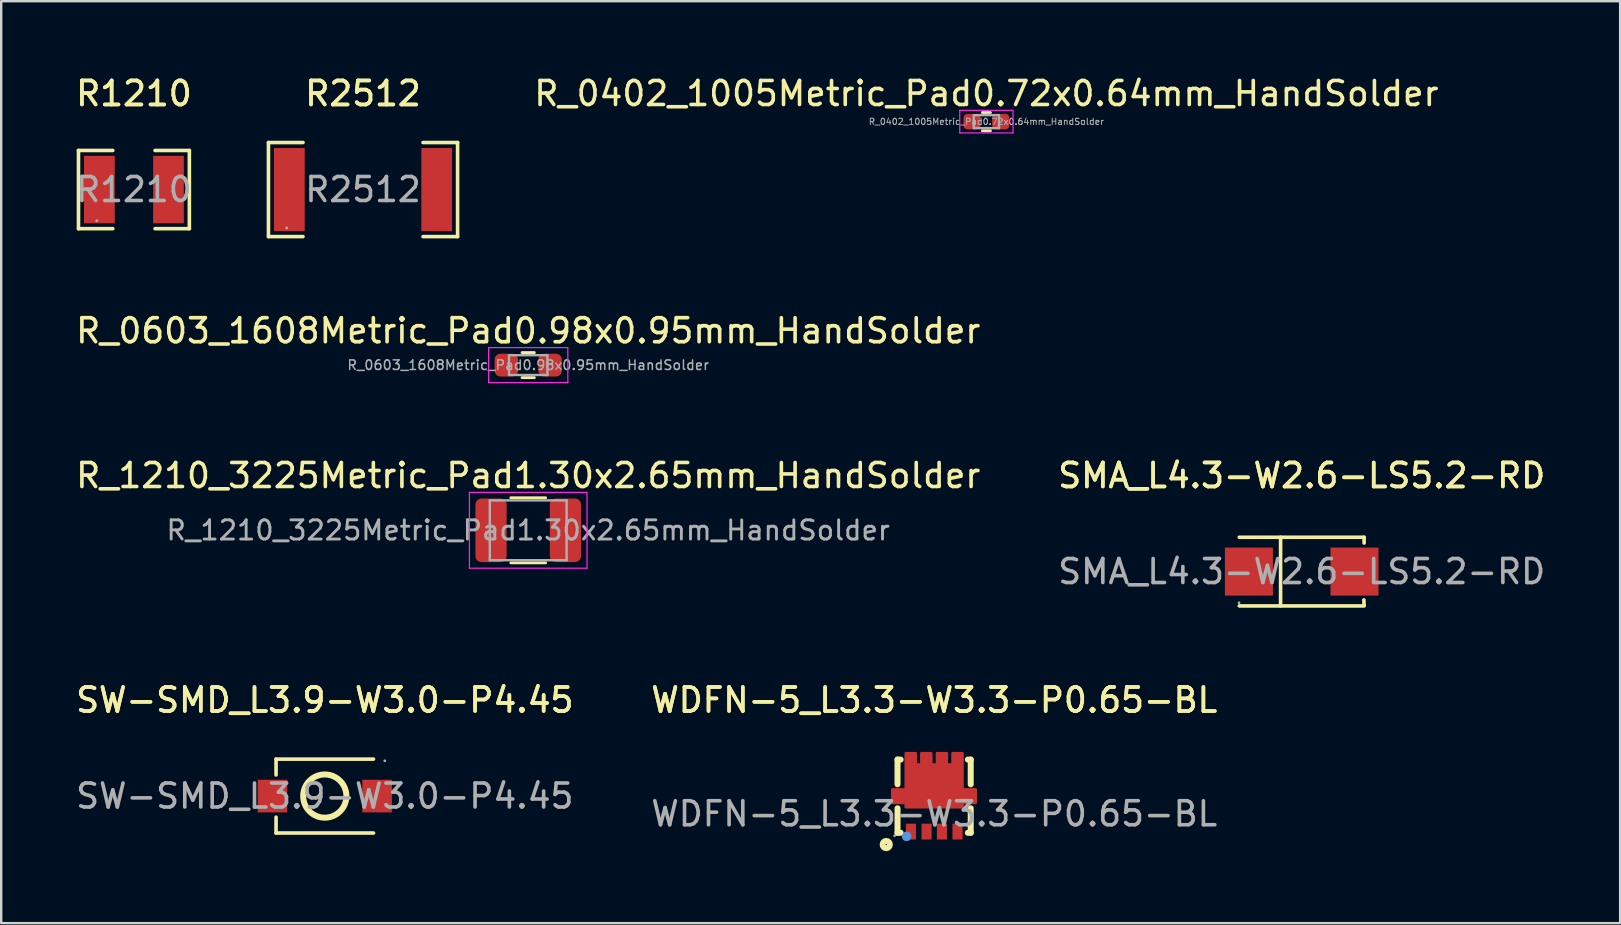
<source format=kicad_pcb>
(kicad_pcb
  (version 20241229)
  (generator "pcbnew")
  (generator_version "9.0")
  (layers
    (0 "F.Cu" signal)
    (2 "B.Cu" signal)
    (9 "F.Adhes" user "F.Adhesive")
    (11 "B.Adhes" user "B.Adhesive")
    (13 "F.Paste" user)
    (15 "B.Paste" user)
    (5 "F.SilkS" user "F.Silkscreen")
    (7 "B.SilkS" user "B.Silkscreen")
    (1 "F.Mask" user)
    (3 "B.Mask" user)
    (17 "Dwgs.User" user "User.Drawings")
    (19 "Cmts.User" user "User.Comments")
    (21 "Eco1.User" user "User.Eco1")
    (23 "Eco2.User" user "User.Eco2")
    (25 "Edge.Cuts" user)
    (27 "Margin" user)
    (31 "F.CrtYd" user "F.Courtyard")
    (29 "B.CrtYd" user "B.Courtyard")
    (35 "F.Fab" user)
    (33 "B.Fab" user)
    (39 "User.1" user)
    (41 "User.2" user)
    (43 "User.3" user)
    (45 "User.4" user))
  (footprint "R_1210_3225Metric_Pad1.30x2.65mm_HandSolder"
    (layer "F.Cu")
    (at 18.958 19.045)
    (property "Reference" "R_1210_3225Metric_Pad1.30x2.65mm_HandSolder" (at 0 -2.28 0) (layer "F.SilkS") (effects (font (size 1 1) (thickness 0.15))))
    (attr smd)
    (fp_line (start -0.724 -1.355) (end 0.724 -1.355) (stroke (width 0.12) (type solid)) (layer "F.SilkS"))
    (fp_line (start -0.724 1.355) (end 0.724 1.355) (stroke (width 0.12) (type solid)) (layer "F.SilkS"))
    (fp_line (start -2.45 -1.58) (end 2.45 -1.58) (stroke (width 0.05) (type solid)) (layer "F.CrtYd"))
    (fp_line (start -2.45 1.58) (end -2.45 -1.58) (stroke (width 0.05) (type solid)) (layer "F.CrtYd"))
    (fp_line (start 2.45 -1.58) (end 2.45 1.58) (stroke (width 0.05) (type solid)) (layer "F.CrtYd"))
    (fp_line (start 2.45 1.58) (end -2.45 1.58) (stroke (width 0.05) (type solid)) (layer "F.CrtYd"))
    (fp_line (start -1.6 -1.245) (end 1.6 -1.245) (stroke (width 0.1) (type solid)) (layer "F.Fab"))
    (fp_line (start -1.6 1.245) (end -1.6 -1.245) (stroke (width 0.1) (type solid)) (layer "F.Fab"))
    (fp_line (start 1.6 -1.245) (end 1.6 1.245) (stroke (width 0.1) (type solid)) (layer "F.Fab"))
    (fp_line (start 1.6 1.245) (end -1.6 1.245) (stroke (width 0.1) (type solid)) (layer "F.Fab"))
    (fp_text user "${REFERENCE}" (at 0 0 0) (layer "F.Fab") (effects (font (size 0.8 0.8) (thickness 0.12))))
    (pad "1" smd roundrect (at -1.55 0) (size 1.3 2.65) (layers "F.Cu" "F.Mask" "F.Paste") (roundrect_rratio 0.192))
    (pad "2" smd roundrect (at 1.55 0) (size 1.3 2.65) (layers "F.Cu" "F.Mask" "F.Paste") (roundrect_rratio 0.192)))
  (footprint "R2512"
    (layer "F.Cu")
    (at 12.075 4.848)
    (property "Reference" "R2512" (at 0 -4 180) (layer "F.SilkS") (effects (font (size 1 1) (thickness 0.15))))
    (attr smd)
    (fp_line (start -3.94 -1.96) (end -2.5 -1.96) (stroke (width 0.15) (type solid)) (layer "F.SilkS"))
    (fp_line (start -3.94 1.96) (end -3.94 -1.96) (stroke (width 0.15) (type solid)) (layer "F.SilkS"))
    (fp_line (start -2.5 1.96) (end -3.94 1.96) (stroke (width 0.15) (type solid)) (layer "F.SilkS"))
    (fp_line (start 2.5 1.96) (end 3.94 1.96) (stroke (width 0.15) (type solid)) (layer "F.SilkS"))
    (fp_line (start 3.94 -1.96) (end 2.5 -1.96) (stroke (width 0.15) (type solid)) (layer "F.SilkS"))
    (fp_line (start 3.94 1.96) (end 3.94 -1.96) (stroke (width 0.15) (type solid)) (layer "F.SilkS"))
    (fp_circle (center -3.18 1.6) (end -3.15 1.6) (stroke (width 0.06) (type solid)) (fill no) (layer "F.Fab"))
    (fp_text user "${REFERENCE}" (at 0 -4 180) (layer "F.SilkS") (effects (font (size 1 1) (thickness 0.15))))
    (fp_text user "${REFERENCE}" (at 0 0 180) (layer "F.Fab") (effects (font (size 1 1) (thickness 0.15))))
    (pad "1" smd rect (at -3.07 0) (size 1.28 3.46) (layers "F.Cu" "F.Mask" "F.Paste"))
    (pad "2" smd rect (at 3.07 0) (size 1.28 3.46) (layers "F.Cu" "F.Mask" "F.Paste")))
  (footprint "WDFN-5_L3.3-W3.3-P0.65-BL"
    (layer "F.Cu")
    (at 35.875 30.858)
    (property "Reference" "WDFN-5_L3.3-W3.3-P0.65-BL" (at 0 -4.74 180) (layer "F.SilkS") (effects (font (size 1 1) (thickness 0.15))))
    (attr smd)
    (fp_line (start -1.53 -2.26) (end -1.4 -2.26) (stroke (width 0.25) (type solid)) (layer "F.SilkS"))
    (fp_line (start -1.53 -1.23) (end -1.53 -2.26) (stroke (width 0.25) (type solid)) (layer "F.SilkS"))
    (fp_line (start -1.53 -0.23) (end -1.53 0.79) (stroke (width 0.25) (type solid)) (layer "F.SilkS"))
    (fp_line (start -1.53 0.79) (end -1.4 0.79) (stroke (width 0.25) (type solid)) (layer "F.SilkS"))
    (fp_line (start 1.52 -2.26) (end 1.4 -2.26) (stroke (width 0.25) (type solid)) (layer "F.SilkS"))
    (fp_line (start 1.52 -1.23) (end 1.52 -2.26) (stroke (width 0.25) (type solid)) (layer "F.SilkS"))
    (fp_line (start 1.52 -0.23) (end 1.52 0.79) (stroke (width 0.25) (type solid)) (layer "F.SilkS"))
    (fp_line (start 1.52 0.79) (end 1.4 0.79) (stroke (width 0.25) (type solid)) (layer "F.SilkS"))
    (fp_circle (center -2 1.28) (end -1.85 1.28) (stroke (width 0.25) (type solid)) (fill no) (layer "F.SilkS"))
    (fp_circle (center -1.15 0.94) (end -1.05 0.94) (stroke (width 0.2) (type solid)) (fill no) (layer "Cmts.User"))
    (fp_circle (center -1.65 0.91) (end -1.62 0.91) (stroke (width 0.06) (type solid)) (fill no) (layer "F.Fab"))
    (fp_text user "${REFERENCE}" (at 0 -4.74 180) (layer "F.SilkS") (effects (font (size 1 1) (thickness 0.15))))
    (fp_text user "${REFERENCE}" (at 0 0 180) (layer "F.Fab") (effects (font (size 1 1) (thickness 0.15))))
    (pad "1" smd rect (at -0.97 0.74 270) (size 0.66 0.42) (layers "F.Cu" "F.Mask" "F.Paste"))
    (pad "2" smd rect (at -0.32 0.74 90) (size 0.66 0.42) (layers "F.Cu" "F.Mask" "F.Paste"))
    (pad "3" smd rect (at 0.32 0.74 90) (size 0.66 0.42) (layers "F.Cu" "F.Mask" "F.Paste"))
    (pad "4" smd rect (at 0.97 0.74 90) (size 0.66 0.42) (layers "F.Cu" "F.Mask" "F.Paste"))
    (pad "5" smd custom (at 0 -0.74) (size 0.01 0.01) (layers "F.Cu" "F.Mask" "F.Paste") (options (anchor circle)) (primitives (gr_poly (pts (xy 1.18 0.29) (xy 1.18 0.47) (xy -1.19 0.47) (xy -1.19 0.29) (xy -1.75 0.29) (xy -1.75 -0.28) (xy -1.19 -0.28) (xy -1.19 -1.79) (xy -0.77 -1.79) (xy -0.77 -1.32) (xy -0.54 -1.32) (xy -0.54 -1.79) (xy -0.12 -1.79) (xy -0.12 -1.32) (xy 0.11 -1.32) (xy 0.11 -1.79) (xy 0.53 -1.79) (xy 0.53 -1.32) (xy 0.76 -1.32) (xy 0.76 -1.79) (xy 1.18 -1.79) (xy 1.18 -0.28) (xy 1.73 -0.28) (xy 1.73 0.29)) (width 0.1) (fill yes)))))
  (footprint "R_0402_1005Metric_Pad0.72x0.64mm_HandSolder"
    (layer "F.Cu")
    (at 38.048 2.018)
    (property "Reference" "R_0402_1005Metric_Pad0.72x0.64mm_HandSolder" (at 0 -1.17 0) (layer "F.SilkS") (effects (font (size 1 1) (thickness 0.15))))
    (attr smd)
    (fp_line (start -0.168 -0.38) (end 0.168 -0.38) (stroke (width 0.12) (type solid)) (layer "F.SilkS"))
    (fp_line (start -0.168 0.38) (end 0.168 0.38) (stroke (width 0.12) (type solid)) (layer "F.SilkS"))
    (fp_line (start -1.11 -0.47) (end 1.11 -0.47) (stroke (width 0.05) (type solid)) (layer "F.CrtYd"))
    (fp_line (start -1.11 0.47) (end -1.11 -0.47) (stroke (width 0.05) (type solid)) (layer "F.CrtYd"))
    (fp_line (start 1.11 -0.47) (end 1.11 0.47) (stroke (width 0.05) (type solid)) (layer "F.CrtYd"))
    (fp_line (start 1.11 0.47) (end -1.11 0.47) (stroke (width 0.05) (type solid)) (layer "F.CrtYd"))
    (fp_line (start -0.525 -0.27) (end 0.525 -0.27) (stroke (width 0.1) (type solid)) (layer "F.Fab"))
    (fp_line (start -0.525 0.27) (end -0.525 -0.27) (stroke (width 0.1) (type solid)) (layer "F.Fab"))
    (fp_line (start 0.525 -0.27) (end 0.525 0.27) (stroke (width 0.1) (type solid)) (layer "F.Fab"))
    (fp_line (start 0.525 0.27) (end -0.525 0.27) (stroke (width 0.1) (type solid)) (layer "F.Fab"))
    (fp_text user "${REFERENCE}" (at 0 0 0) (layer "F.Fab") (effects (font (size 0.26 0.26) (thickness 0.04))))
    (pad "1" smd roundrect (at -0.598 0) (size 0.715 0.64) (layers "F.Cu" "F.Mask" "F.Paste") (roundrect_rratio 0.25))
    (pad "2" smd roundrect (at 0.598 0) (size 0.715 0.64) (layers "F.Cu" "F.Mask" "F.Paste") (roundrect_rratio 0.25)))
  (footprint "R_0603_1608Metric_Pad0.98x0.95mm_HandSolder"
    (layer "F.Cu")
    (at 18.958 12.162)
    (property "Reference" "R_0603_1608Metric_Pad0.98x0.95mm_HandSolder" (at 0 -1.43 0) (layer "F.SilkS") (effects (font (size 1 1) (thickness 0.15))))
    (attr smd)
    (fp_line (start -0.255 -0.522) (end 0.255 -0.522) (stroke (width 0.12) (type solid)) (layer "F.SilkS"))
    (fp_line (start -0.255 0.522) (end 0.255 0.522) (stroke (width 0.12) (type solid)) (layer "F.SilkS"))
    (fp_line (start -1.65 -0.73) (end 1.65 -0.73) (stroke (width 0.05) (type solid)) (layer "F.CrtYd"))
    (fp_line (start -1.65 0.73) (end -1.65 -0.73) (stroke (width 0.05) (type solid)) (layer "F.CrtYd"))
    (fp_line (start 1.65 -0.73) (end 1.65 0.73) (stroke (width 0.05) (type solid)) (layer "F.CrtYd"))
    (fp_line (start 1.65 0.73) (end -1.65 0.73) (stroke (width 0.05) (type solid)) (layer "F.CrtYd"))
    (fp_line (start -0.8 -0.412) (end 0.8 -0.412) (stroke (width 0.1) (type solid)) (layer "F.Fab"))
    (fp_line (start -0.8 0.412) (end -0.8 -0.412) (stroke (width 0.1) (type solid)) (layer "F.Fab"))
    (fp_line (start 0.8 -0.412) (end 0.8 0.412) (stroke (width 0.1) (type solid)) (layer "F.Fab"))
    (fp_line (start 0.8 0.412) (end -0.8 0.412) (stroke (width 0.1) (type solid)) (layer "F.Fab"))
    (fp_text user "${REFERENCE}" (at 0 0 0) (layer "F.Fab") (effects (font (size 0.4 0.4) (thickness 0.06))))
    (pad "1" smd roundrect (at -0.912 0) (size 0.975 0.95) (layers "F.Cu" "F.Mask" "F.Paste") (roundrect_rratio 0.25))
    (pad "2" smd roundrect (at 0.912 0) (size 0.975 0.95) (layers "F.Cu" "F.Mask" "F.Paste") (roundrect_rratio 0.25)))
  (footprint "SMA_L4.3-W2.6-LS5.2-RD"
    (layer "F.Cu")
    (at 51.185 20.765)
    (property "Reference" "SMA_L4.3-W2.6-LS5.2-RD" (at 0 -4 180) (layer "F.SilkS") (effects (font (size 1 1) (thickness 0.15))))
    (attr smd)
    (fp_line (start -2.6 -1.43) (end 2.6 -1.43) (stroke (width 0.15) (type solid)) (layer "F.SilkS"))
    (fp_line (start -2.6 1.43) (end 2.6 1.43) (stroke (width 0.15) (type solid)) (layer "F.SilkS"))
    (fp_line (start -0.88 -1.43) (end -0.88 1.43) (stroke (width 0.15) (type solid)) (layer "F.SilkS"))
    (fp_line (start 2.59 1.18) (end 2.6 1.41) (stroke (width 0.15) (type solid)) (layer "F.SilkS"))
    (fp_line (start 2.6 -1.43) (end 2.6 -1.19) (stroke (width 0.15) (type solid)) (layer "F.SilkS"))
    (fp_circle (center -2.61 1.3) (end -2.58 1.3) (stroke (width 0.06) (type solid)) (fill no) (layer "F.Fab"))
    (fp_text user "${REFERENCE}" (at 0 -4 180) (layer "F.SilkS") (effects (font (size 1 1) (thickness 0.15))))
    (fp_text user "${REFERENCE}" (at 0 0 180) (layer "F.Fab") (effects (font (size 1 1) (thickness 0.15))))
    (pad "1" smd rect (at -2.2 0 180) (size 2 2) (layers "F.Cu" "F.Mask" "F.Paste"))
    (pad "2" smd rect (at 2.2 0 180) (size 2 2) (layers "F.Cu" "F.Mask" "F.Paste")))
  (footprint "SW-SMD_L3.9-W3.0-P4.45"
    (layer "F.Cu")
    (at 10.482 30.118)
    (property "Reference" "SW-SMD_L3.9-W3.0-P4.45" (at 0 -4 180) (layer "F.SilkS") (effects (font (size 1 1) (thickness 0.15))))
    (attr smd)
    (fp_line (start -2.03 -1.54) (end -2.03 -0.88) (stroke (width 0.15) (type solid)) (layer "F.SilkS"))
    (fp_line (start -2.03 1.54) (end -2.03 0.88) (stroke (width 0.15) (type solid)) (layer "F.SilkS"))
    (fp_line (start 2.03 -1.54) (end -2.03 -1.54) (stroke (width 0.15) (type solid)) (layer "F.SilkS"))
    (fp_line (start 2.03 1.54) (end -2.03 1.54) (stroke (width 0.15) (type solid)) (layer "F.SilkS"))
    (fp_circle (center 0 0) (end 0.9 0) (stroke (width 0.25) (type solid)) (fill no) (layer "F.SilkS"))
    (fp_circle (center 2.5 -1.47) (end 2.53 -1.47) (stroke (width 0.06) (type solid)) (fill no) (layer "F.Fab"))
    (fp_text user "${REFERENCE}" (at 0 -4 180) (layer "F.SilkS") (effects (font (size 1 1) (thickness 0.15))))
    (fp_text user "${REFERENCE}" (at 0 0 180) (layer "F.Fab") (effects (font (size 1 1) (thickness 0.15))))
    (pad "1" smd rect (at -2.18 0) (size 1.23 1.36) (layers "F.Cu" "F.Mask" "F.Paste"))
    (pad "2" smd rect (at 2.18 0) (size 1.23 1.36) (layers "F.Cu" "F.Mask" "F.Paste")))
  (footprint "R1210"
    (layer "F.Cu")
    (at 2.53 4.848)
    (property "Reference" "R1210" (at 0 -4 180) (layer "F.SilkS") (effects (font (size 1 1) (thickness 0.15))))
    (attr smd)
    (fp_line (start -2.31 -1.63) (end -0.88 -1.63) (stroke (width 0.15) (type solid)) (layer "F.SilkS"))
    (fp_line (start -2.31 1.63) (end -2.31 -1.63) (stroke (width 0.15) (type solid)) (layer "F.SilkS"))
    (fp_line (start -0.88 1.63) (end -2.31 1.63) (stroke (width 0.15) (type solid)) (layer "F.SilkS"))
    (fp_line (start 0.88 1.63) (end 2.31 1.63) (stroke (width 0.15) (type solid)) (layer "F.SilkS"))
    (fp_line (start 2.31 -1.63) (end 0.88 -1.63) (stroke (width 0.15) (type solid)) (layer "F.SilkS"))
    (fp_line (start 2.31 1.63) (end 2.31 -1.63) (stroke (width 0.15) (type solid)) (layer "F.SilkS"))
    (fp_circle (center -1.55 1.3) (end -1.52 1.3) (stroke (width 0.06) (type solid)) (fill no) (layer "F.Fab"))
    (fp_text user "${REFERENCE}" (at 0 -4 180) (layer "F.SilkS") (effects (font (size 1 1) (thickness 0.15))))
    (fp_text user "${REFERENCE}" (at 0 0 180) (layer "F.Fab") (effects (font (size 1 1) (thickness 0.15))))
    (pad "1" smd rect (at -1.44 0) (size 1.28 2.81) (layers "F.Cu" "F.Mask" "F.Paste"))
    (pad "2" smd rect (at 1.44 0) (size 1.28 2.81) (layers "F.Cu" "F.Mask" "F.Paste")))
  (gr_rect
    (start -3 -3)
    (end 64.452 35.413)
    (stroke (width 0.1) (type default))
    (fill no)
    (layer "Edge.Cuts")))
</source>
